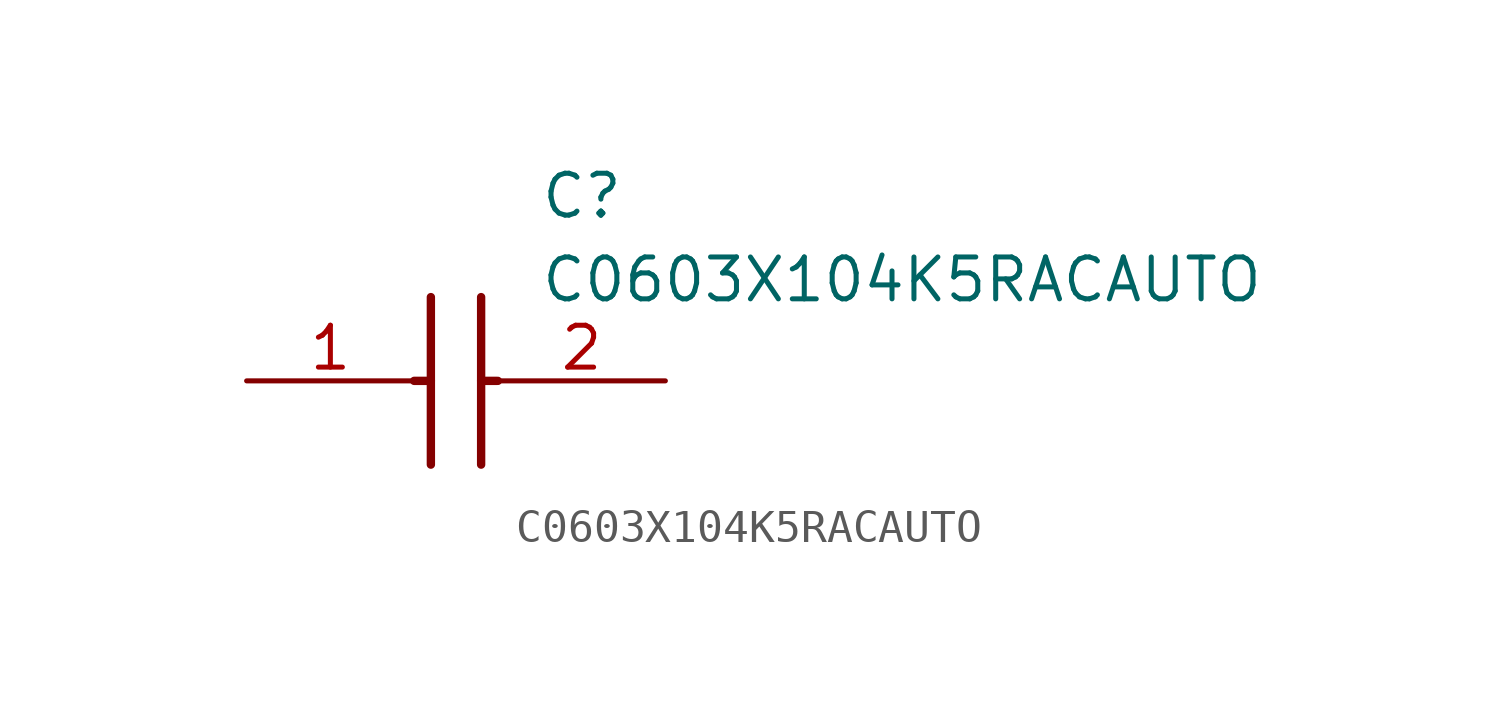
<source format=kicad_sym>
(kicad_symbol_lib
  (version 20211014)
  (generator SamacSys_ECAD_Model)
  (symbol "C0603X104K5RACAUTO"
    (pin_names hide)
    (property "Reference" "C"
      (at 8.89 6.35 0)
      (effects (font (size 1.27 1.27)) (justify left top)))
    (property "Value" "C0603X104K5RACAUTO"
      (at 8.89 3.81 0)
      (effects (font (size 1.27 1.27)) (justify left top)))
    (polyline
      (pts (xy 5.588 2.54) (xy 5.588 -2.54))
      (stroke (width 0.254) (type default))
      (fill (type none)))
    (polyline
      (pts (xy 7.112 2.54) (xy 7.112 -2.54))
      (stroke (width 0.254) (type default))
      (fill (type none)))
    (polyline
      (pts (xy 5.08 0) (xy 5.588 0))
      (stroke (width 0.254) (type default))
      (fill (type none)))
    (polyline
      (pts (xy 7.112 0) (xy 7.62 0))
      (stroke (width 0.254) (type default))
      (fill (type none)))
    (pin passive line
      (at 0 0 0)
      (length 5.08)
      (name "1" (effects (font (size 1.27 1.27))))
      (number "1" (effects (font (size 1.27 1.27)))))
    (pin passive line
      (at 12.7 0 180)
      (length 5.08)
      (name "2" (effects (font (size 1.27 1.27))))
      (number "2" (effects (font (size 1.27 1.27)))))))
</source>
